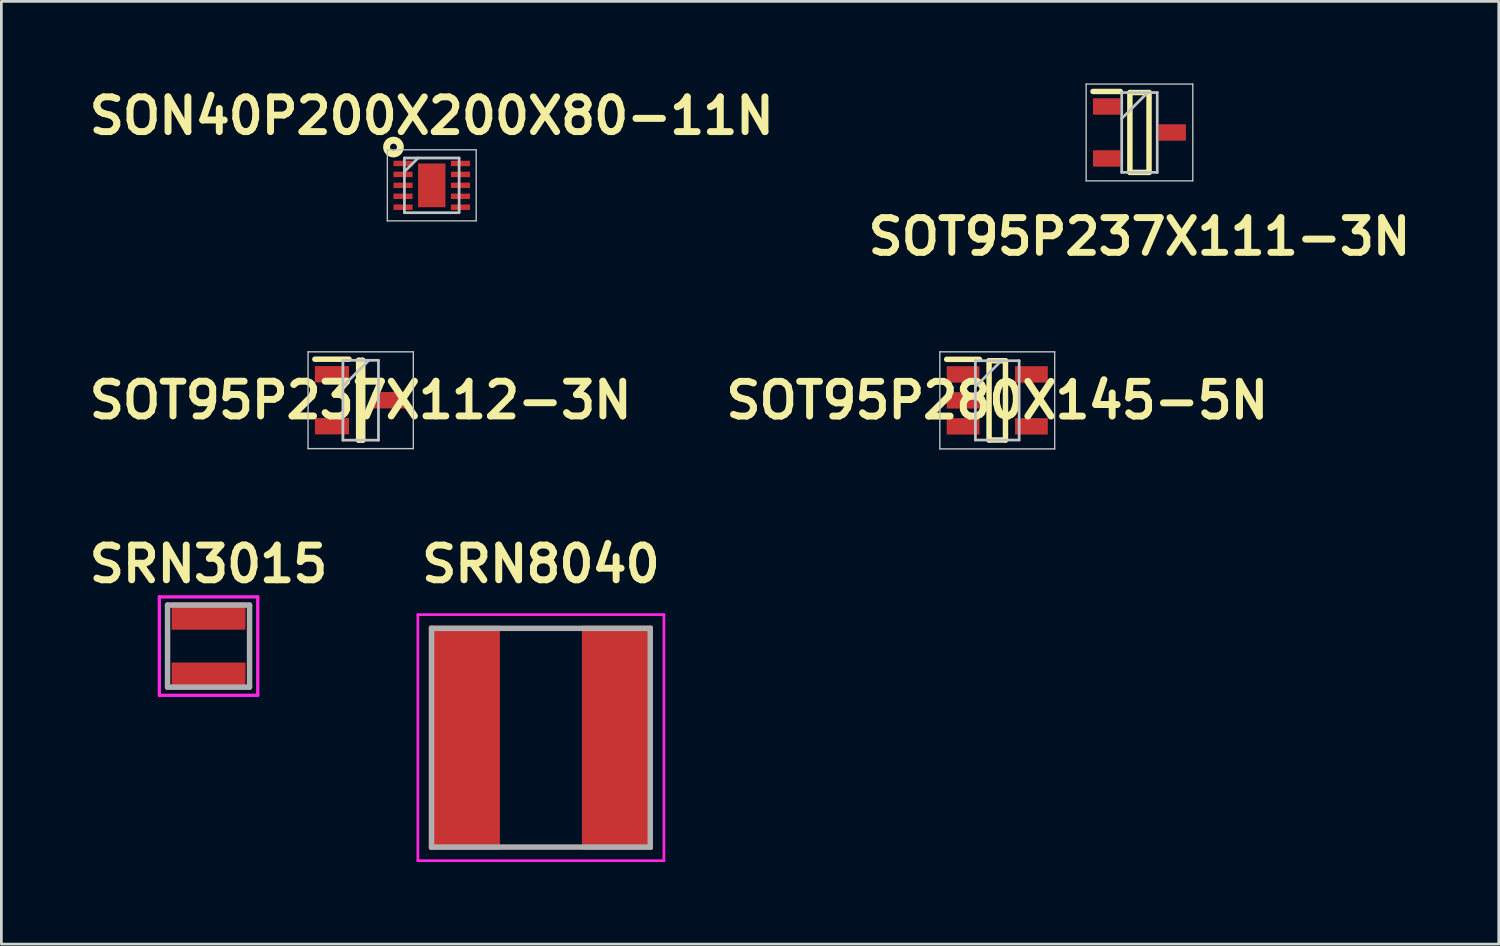
<source format=kicad_pcb>
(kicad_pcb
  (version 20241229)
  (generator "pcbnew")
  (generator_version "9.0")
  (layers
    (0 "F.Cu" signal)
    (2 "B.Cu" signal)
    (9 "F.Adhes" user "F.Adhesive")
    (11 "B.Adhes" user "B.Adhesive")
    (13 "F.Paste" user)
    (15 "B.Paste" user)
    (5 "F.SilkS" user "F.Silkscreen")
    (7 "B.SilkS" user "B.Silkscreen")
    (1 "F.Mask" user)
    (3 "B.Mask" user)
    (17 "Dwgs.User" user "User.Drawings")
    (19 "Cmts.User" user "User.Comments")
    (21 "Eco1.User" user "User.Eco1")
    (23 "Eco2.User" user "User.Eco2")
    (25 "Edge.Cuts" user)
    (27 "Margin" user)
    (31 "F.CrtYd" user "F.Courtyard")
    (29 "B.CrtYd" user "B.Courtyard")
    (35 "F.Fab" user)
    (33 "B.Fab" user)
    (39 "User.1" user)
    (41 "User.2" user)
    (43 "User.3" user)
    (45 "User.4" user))
  (footprint "SON40P200X200X80-11N"
    (layer "F.Cu")
    (at 12.742 3.729)
    (property "Reference" "SON40P200X200X80-11N" (at 0 -2.54 0) (layer "F.SilkS") (effects (font (size 1.27 1.27) (thickness 0.254))))
    (attr smd)
    (fp_circle (center -1.4 -1.4) (end -1.275 -1.4) (stroke (width 0.254) (type solid)) (fill no) (layer "F.SilkS"))
    (fp_line (start -1.625 -1.3) (end 1.625 -1.3) (stroke (width 0.05) (type solid)) (layer "Dwgs.User"))
    (fp_line (start -1.625 1.3) (end -1.625 -1.3) (stroke (width 0.05) (type solid)) (layer "Dwgs.User"))
    (fp_line (start -1 -1) (end 1 -1) (stroke (width 0.1) (type solid)) (layer "Dwgs.User"))
    (fp_line (start -1 -0.5) (end -0.5 -1) (stroke (width 0.1) (type solid)) (layer "Dwgs.User"))
    (fp_line (start -1 1) (end -1 -1) (stroke (width 0.1) (type solid)) (layer "Dwgs.User"))
    (fp_line (start 1 -1) (end 1 1) (stroke (width 0.1) (type solid)) (layer "Dwgs.User"))
    (fp_line (start 1 1) (end -1 1) (stroke (width 0.1) (type solid)) (layer "Dwgs.User"))
    (fp_line (start 1.625 -1.3) (end 1.625 1.3) (stroke (width 0.05) (type solid)) (layer "Dwgs.User"))
    (fp_line (start 1.625 1.3) (end -1.625 1.3) (stroke (width 0.05) (type solid)) (layer "Dwgs.User"))
    (pad "1" smd rect (at -1.05 -0.8 90) (size 0.2 0.7) (layers "F.Cu" "F.Mask" "F.Paste"))
    (pad "2" smd rect (at -1.05 -0.4 90) (size 0.2 0.7) (layers "F.Cu" "F.Mask" "F.Paste"))
    (pad "3" smd rect (at -1.05 0 90) (size 0.2 0.7) (layers "F.Cu" "F.Mask" "F.Paste"))
    (pad "4" smd rect (at -1.05 0.4 90) (size 0.2 0.7) (layers "F.Cu" "F.Mask" "F.Paste"))
    (pad "5" smd rect (at -1.05 0.8 90) (size 0.2 0.7) (layers "F.Cu" "F.Mask" "F.Paste"))
    (pad "6" smd rect (at 1.05 0.8 90) (size 0.2 0.7) (layers "F.Cu" "F.Mask" "F.Paste"))
    (pad "7" smd rect (at 1.05 0.4 90) (size 0.2 0.7) (layers "F.Cu" "F.Mask" "F.Paste"))
    (pad "8" smd rect (at 1.05 0 90) (size 0.2 0.7) (layers "F.Cu" "F.Mask" "F.Paste"))
    (pad "9" smd rect (at 1.05 -0.4 90) (size 0.2 0.7) (layers "F.Cu" "F.Mask" "F.Paste"))
    (pad "10" smd rect (at 1.05 -0.8 90) (size 0.2 0.7) (layers "F.Cu" "F.Mask" "F.Paste"))
    (pad "11" smd rect (at 0 0) (size 1 1.6) (layers "F.Cu" "F.Mask" "F.Paste")))
  (footprint "SOT95P237X112-3N"
    (layer "F.Cu")
    (at 10.142 11.589)
    (property "Reference" "SOT95P237X112-3N" (at 0 0 0) (layer "F.SilkS") (effects (font (size 1.27 1.27) (thickness 0.254))))
    (attr smd)
    (fp_line (start -1.675 -1.5) (end -0.425 -1.5) (stroke (width 0.2) (type solid)) (layer "F.SilkS"))
    (fp_line (start -0.075 -1.46) (end 0.075 -1.46) (stroke (width 0.2) (type solid)) (layer "F.SilkS"))
    (fp_line (start -0.075 1.46) (end -0.075 -1.46) (stroke (width 0.2) (type solid)) (layer "F.SilkS"))
    (fp_line (start 0.075 -1.46) (end 0.075 1.46) (stroke (width 0.2) (type solid)) (layer "F.SilkS"))
    (fp_line (start 0.075 1.46) (end -0.075 1.46) (stroke (width 0.2) (type solid)) (layer "F.SilkS"))
    (fp_line (start -1.925 -1.77) (end 1.925 -1.77) (stroke (width 0.05) (type solid)) (layer "Dwgs.User"))
    (fp_line (start -1.925 1.77) (end -1.925 -1.77) (stroke (width 0.05) (type solid)) (layer "Dwgs.User"))
    (fp_line (start -0.65 -1.46) (end 0.65 -1.46) (stroke (width 0.1) (type solid)) (layer "Dwgs.User"))
    (fp_line (start -0.65 -0.51) (end 0.3 -1.46) (stroke (width 0.1) (type solid)) (layer "Dwgs.User"))
    (fp_line (start -0.65 1.46) (end -0.65 -1.46) (stroke (width 0.1) (type solid)) (layer "Dwgs.User"))
    (fp_line (start 0.65 -1.46) (end 0.65 1.46) (stroke (width 0.1) (type solid)) (layer "Dwgs.User"))
    (fp_line (start 0.65 1.46) (end -0.65 1.46) (stroke (width 0.1) (type solid)) (layer "Dwgs.User"))
    (fp_line (start 1.925 -1.77) (end 1.925 1.77) (stroke (width 0.05) (type solid)) (layer "Dwgs.User"))
    (fp_line (start 1.925 1.77) (end -1.925 1.77) (stroke (width 0.05) (type solid)) (layer "Dwgs.User"))
    (pad "1" smd rect (at -1.05 -0.95 90) (size 0.6 1.25) (layers "F.Cu" "F.Mask" "F.Paste"))
    (pad "2" smd rect (at -1.05 0.95 90) (size 0.6 1.25) (layers "F.Cu" "F.Mask" "F.Paste"))
    (pad "3" smd rect (at 1.05 0 90) (size 0.6 1.25) (layers "F.Cu" "F.Mask" "F.Paste")))
  (footprint "SOT95P280X145-5N"
    (layer "F.Cu")
    (at 33.426 11.594)
    (property "Reference" "SOT95P280X145-5N" (at 0 0 0) (layer "F.SilkS") (effects (font (size 1.27 1.27) (thickness 0.254))))
    (attr smd)
    (fp_line (start -1.85 -1.5) (end -0.65 -1.5) (stroke (width 0.2) (type solid)) (layer "F.SilkS"))
    (fp_line (start -0.3 -1.45) (end 0.3 -1.45) (stroke (width 0.2) (type solid)) (layer "F.SilkS"))
    (fp_line (start -0.3 1.45) (end -0.3 -1.45) (stroke (width 0.2) (type solid)) (layer "F.SilkS"))
    (fp_line (start 0.3 -1.45) (end 0.3 1.45) (stroke (width 0.2) (type solid)) (layer "F.SilkS"))
    (fp_line (start 0.3 1.45) (end -0.3 1.45) (stroke (width 0.2) (type solid)) (layer "F.SilkS"))
    (fp_line (start -2.1 -1.775) (end 2.1 -1.775) (stroke (width 0.05) (type solid)) (layer "Dwgs.User"))
    (fp_line (start -2.1 1.775) (end -2.1 -1.775) (stroke (width 0.05) (type solid)) (layer "Dwgs.User"))
    (fp_line (start -0.8 -1.45) (end 0.8 -1.45) (stroke (width 0.1) (type solid)) (layer "Dwgs.User"))
    (fp_line (start -0.8 -0.5) (end 0.15 -1.45) (stroke (width 0.1) (type solid)) (layer "Dwgs.User"))
    (fp_line (start -0.8 1.45) (end -0.8 -1.45) (stroke (width 0.1) (type solid)) (layer "Dwgs.User"))
    (fp_line (start 0.8 -1.45) (end 0.8 1.45) (stroke (width 0.1) (type solid)) (layer "Dwgs.User"))
    (fp_line (start 0.8 1.45) (end -0.8 1.45) (stroke (width 0.1) (type solid)) (layer "Dwgs.User"))
    (fp_line (start 2.1 -1.775) (end 2.1 1.775) (stroke (width 0.05) (type solid)) (layer "Dwgs.User"))
    (fp_line (start 2.1 1.775) (end -2.1 1.775) (stroke (width 0.05) (type solid)) (layer "Dwgs.User"))
    (pad "1" smd rect (at -1.25 -0.95 90) (size 0.6 1.2) (layers "F.Cu" "F.Mask" "F.Paste"))
    (pad "2" smd rect (at -1.25 0 90) (size 0.6 1.2) (layers "F.Cu" "F.Mask" "F.Paste"))
    (pad "3" smd rect (at -1.25 0.95 90) (size 0.6 1.2) (layers "F.Cu" "F.Mask" "F.Paste"))
    (pad "4" smd rect (at 1.25 0.95 90) (size 0.6 1.2) (layers "F.Cu" "F.Mask" "F.Paste"))
    (pad "5" smd rect (at 1.25 -0.95 90) (size 0.6 1.2) (layers "F.Cu" "F.Mask" "F.Paste")))
  (footprint "SRN8040"
    (layer "F.Cu")
    (at 16.734 23.932)
    (property "Reference" "SRN8040" (at 0 -6.35 0) (layer "F.SilkS") (effects (font (size 1.27 1.27) (thickness 0.254))))
    (attr smd)
    (fp_line (start -1 -4) (end 1 -4) (stroke (width 0.1) (type solid)) (layer "F.SilkS"))
    (fp_line (start -1 4) (end 1 4) (stroke (width 0.1) (type solid)) (layer "F.SilkS"))
    (fp_line (start -4.5 -4.5) (end 4.5 -4.5) (stroke (width 0.1) (type solid)) (layer "F.CrtYd"))
    (fp_line (start -4.5 4.5) (end -4.5 -4.5) (stroke (width 0.1) (type solid)) (layer "F.CrtYd"))
    (fp_line (start 4.5 -4.5) (end 4.5 4.5) (stroke (width 0.1) (type solid)) (layer "F.CrtYd"))
    (fp_line (start 4.5 4.5) (end -4.5 4.5) (stroke (width 0.1) (type solid)) (layer "F.CrtYd"))
    (fp_line (start -4 -4) (end 4 -4) (stroke (width 0.2) (type solid)) (layer "F.Fab"))
    (fp_line (start -4 4) (end -4 -4) (stroke (width 0.2) (type solid)) (layer "F.Fab"))
    (fp_line (start 4 -4) (end 4 4) (stroke (width 0.2) (type solid)) (layer "F.Fab"))
    (fp_line (start 4 4) (end -4 4) (stroke (width 0.2) (type solid)) (layer "F.Fab"))
    (pad "1" smd rect (at -2.8 0) (size 2.6 8.2) (layers "F.Cu" "F.Mask" "F.Paste"))
    (pad "2" smd rect (at 2.8 0) (size 2.6 8.2) (layers "F.Cu" "F.Mask" "F.Paste")))
  (footprint "SOT95P237X111-3N"
    (layer "F.Cu")
    (at 38.627 1.795)
    (property "Reference" "SOT95P237X111-3N" (at 0 3.81 0) (layer "F.SilkS") (effects (font (size 1.27 1.27) (thickness 0.254))))
    (attr smd)
    (fp_line (start -1.7 -1.5) (end -0.7 -1.5) (stroke (width 0.2) (type solid)) (layer "F.SilkS"))
    (fp_line (start -0.35 -1.46) (end 0.35 -1.46) (stroke (width 0.2) (type solid)) (layer "F.SilkS"))
    (fp_line (start -0.35 1.46) (end -0.35 -1.46) (stroke (width 0.2) (type solid)) (layer "F.SilkS"))
    (fp_line (start 0.35 -1.46) (end 0.35 1.46) (stroke (width 0.2) (type solid)) (layer "F.SilkS"))
    (fp_line (start 0.35 1.46) (end -0.35 1.46) (stroke (width 0.2) (type solid)) (layer "F.SilkS"))
    (fp_line (start -1.95 -1.77) (end 1.95 -1.77) (stroke (width 0.05) (type solid)) (layer "Dwgs.User"))
    (fp_line (start -1.95 1.77) (end -1.95 -1.77) (stroke (width 0.05) (type solid)) (layer "Dwgs.User"))
    (fp_line (start -0.65 -1.46) (end 0.65 -1.46) (stroke (width 0.1) (type solid)) (layer "Dwgs.User"))
    (fp_line (start -0.65 -0.51) (end 0.3 -1.46) (stroke (width 0.1) (type solid)) (layer "Dwgs.User"))
    (fp_line (start -0.65 1.46) (end -0.65 -1.46) (stroke (width 0.1) (type solid)) (layer "Dwgs.User"))
    (fp_line (start 0.65 -1.46) (end 0.65 1.46) (stroke (width 0.1) (type solid)) (layer "Dwgs.User"))
    (fp_line (start 0.65 1.46) (end -0.65 1.46) (stroke (width 0.1) (type solid)) (layer "Dwgs.User"))
    (fp_line (start 1.95 -1.77) (end 1.95 1.77) (stroke (width 0.05) (type solid)) (layer "Dwgs.User"))
    (fp_line (start 1.95 1.77) (end -1.95 1.77) (stroke (width 0.05) (type solid)) (layer "Dwgs.User"))
    (pad "1" smd rect (at -1.2 -0.95 90) (size 0.6 1) (layers "F.Cu" "F.Mask" "F.Paste"))
    (pad "2" smd rect (at -1.2 0.95 90) (size 0.6 1) (layers "F.Cu" "F.Mask" "F.Paste"))
    (pad "3" smd rect (at 1.2 0 90) (size 0.6 1) (layers "F.Cu" "F.Mask" "F.Paste")))
  (footprint "SRN3015"
    (layer "F.Cu")
    (at 4.578 20.582)
    (property "Reference" "SRN3015" (at 0 -3 0) (layer "F.SilkS") (effects (font (size 1.27 1.27) (thickness 0.254))))
    (attr smd)
    (fp_line (start -1.5 -1.5) (end -1.5 1.5) (stroke (width 0.1) (type solid)) (layer "F.SilkS"))
    (fp_line (start 1.5 -1.5) (end 1.5 1.5) (stroke (width 0.1) (type solid)) (layer "F.SilkS"))
    (fp_line (start -1.8 -1.8) (end 1.8 -1.8) (stroke (width 0.12) (type solid)) (layer "F.CrtYd"))
    (fp_line (start -1.8 1.8) (end -1.8 -1.8) (stroke (width 0.12) (type solid)) (layer "F.CrtYd"))
    (fp_line (start 1.8 -1.8) (end 1.8 1.8) (stroke (width 0.12) (type solid)) (layer "F.CrtYd"))
    (fp_line (start 1.8 1.8) (end -1.8 1.8) (stroke (width 0.12) (type solid)) (layer "F.CrtYd"))
    (fp_line (start -1.5 -1.5) (end -1.5 1.5) (stroke (width 0.2) (type solid)) (layer "F.Fab"))
    (fp_line (start -1.5 1.5) (end 1.5 1.5) (stroke (width 0.2) (type solid)) (layer "F.Fab"))
    (fp_line (start 1.5 -1.5) (end -1.5 -1.5) (stroke (width 0.2) (type solid)) (layer "F.Fab"))
    (fp_line (start 1.5 1.5) (end 1.5 -1.5) (stroke (width 0.2) (type solid)) (layer "F.Fab"))
    (pad "1" smd rect (at 0 1.1 90) (size 1 2.7) (layers "F.Cu" "F.Mask" "F.Paste"))
    (pad "2" smd rect (at 0 -1.1 90) (size 1 2.7) (layers "F.Cu" "F.Mask" "F.Paste")))
  (gr_rect
    (start -3 -3)
    (end 51.768 31.482)
    (stroke (width 0.1) (type default))
    (fill no)
    (layer "Edge.Cuts")))
</source>
